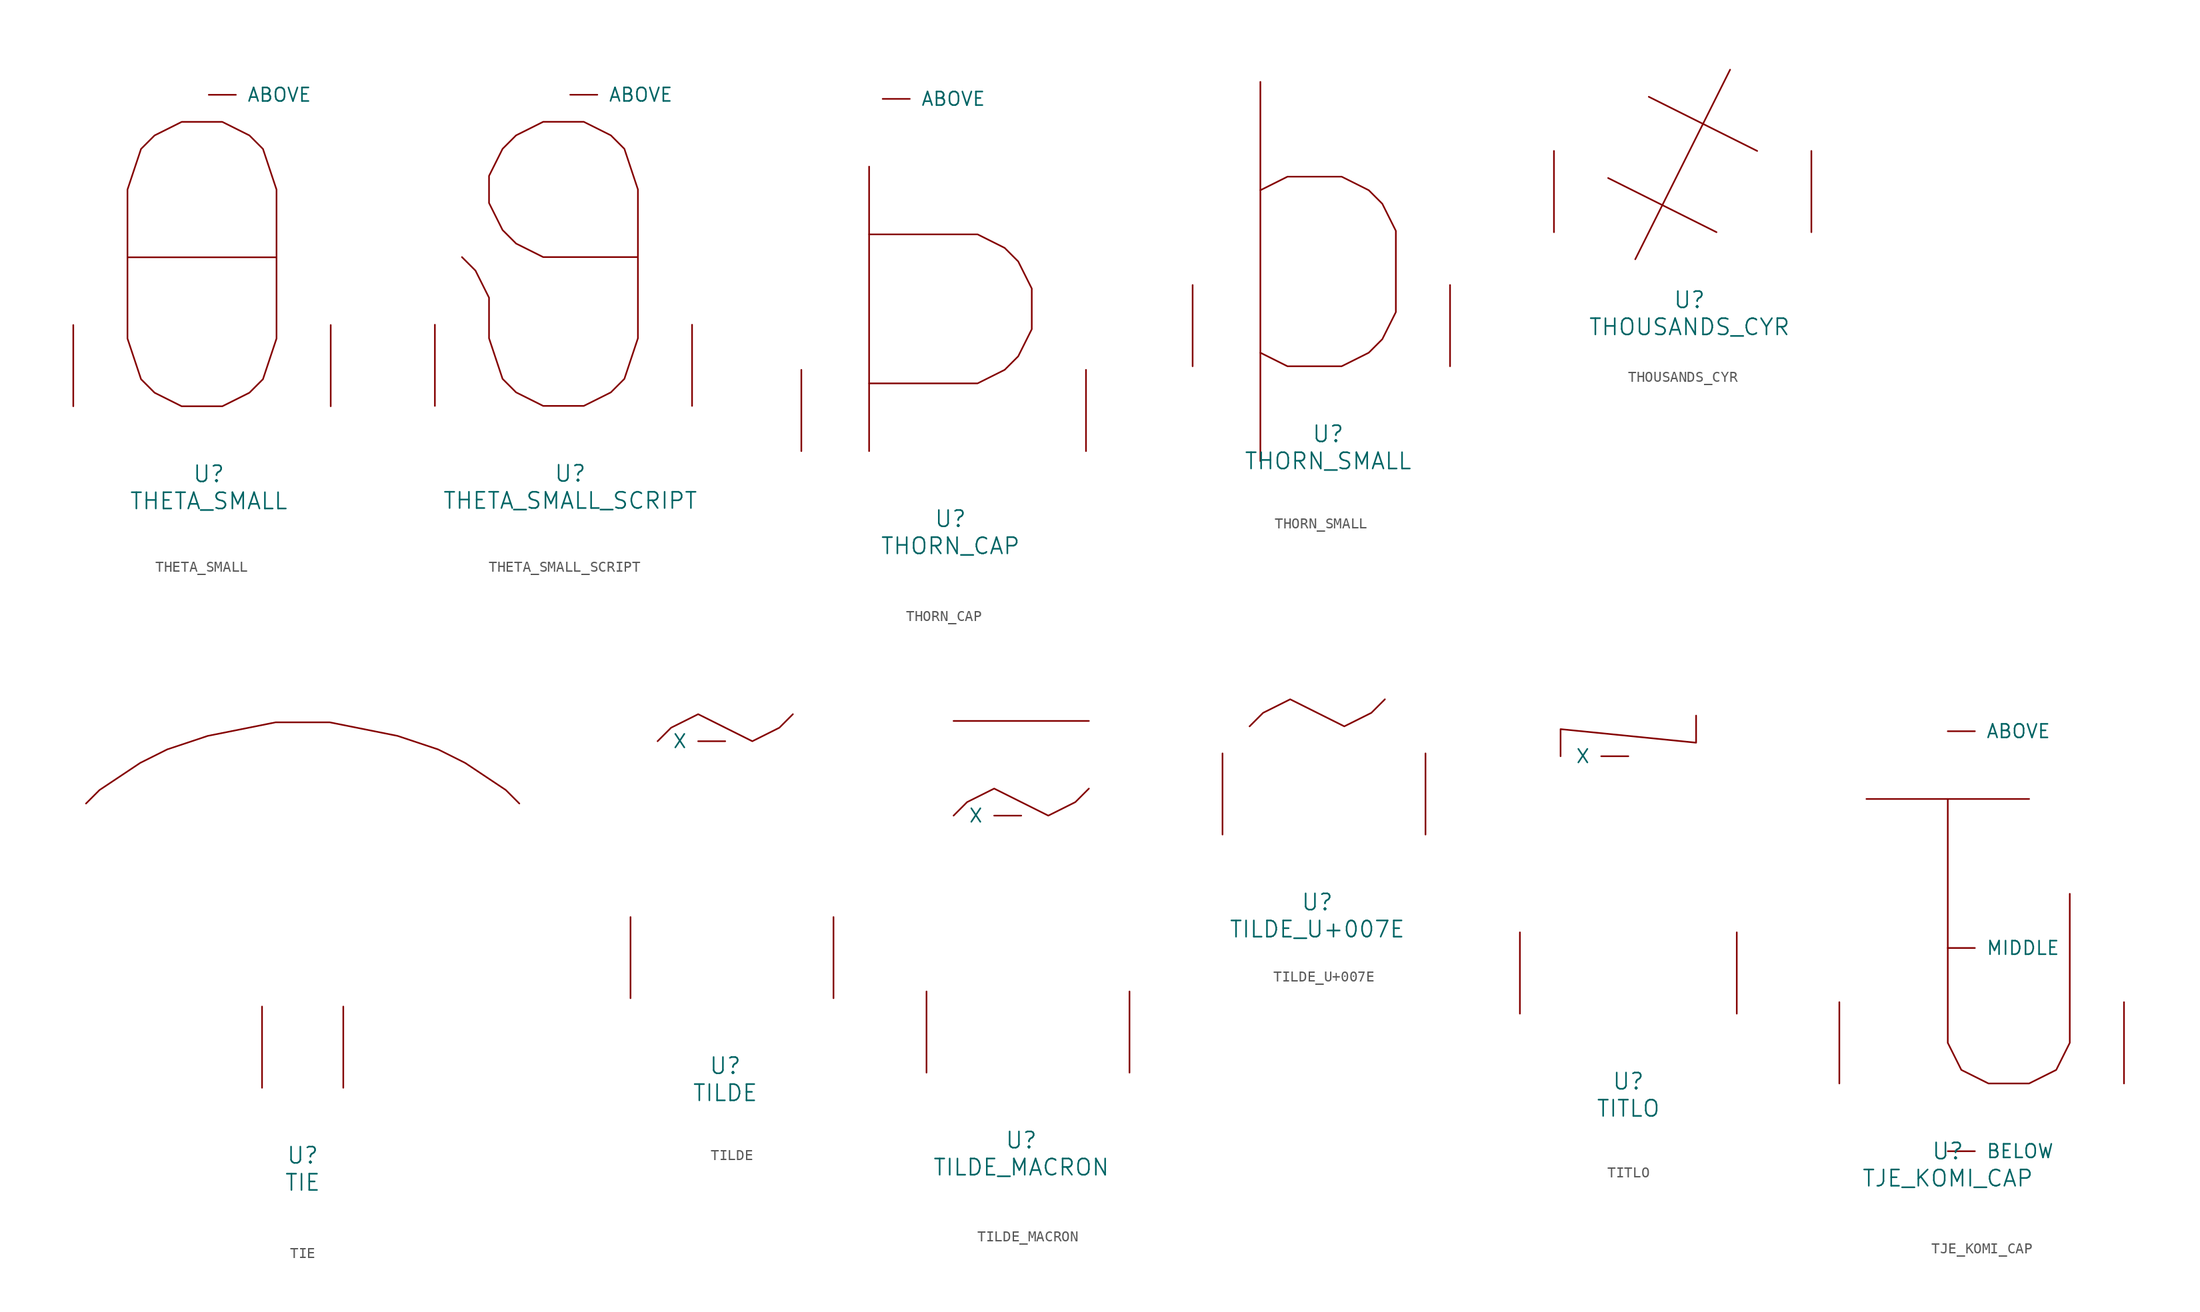
<source format=kicad_sym>
(kicad_symbol_lib
  (version 20220914)
  (generator font_lib2sym)
  (symbol "THETA_SMALL"
    (pin_names
      (offset 1.016))
    (property "Reference" "U"
      (at 0 -6.35 0)
      (effects (font (size 1.524 1.524))))
    (property "Value" "THETA_SMALL"
      (at 0 -8.89 0)
      (effects (font (size 1.524 1.524))))
    (symbol "THETA_SMALL_0_1"
      (polyline (pts (xy -7.62 13.97) (xy 6.35 13.97)) (stroke (width 0) (type solid)) (fill (type none)))
      (polyline (pts (xy -2.54 26.67) (xy 1.27 26.67) (xy 3.81 25.4) (xy 5.08 24.13) (xy 6.35 20.32) (xy 6.35 6.35) (xy 5.08 2.54) (xy 3.81 1.27) (xy 1.27 0) (xy -2.54 0) (xy -5.08 1.27) (xy -6.35 2.54) (xy -7.62 6.35) (xy -7.62 20.32) (xy -6.35 24.13) (xy -5.08 25.4) (xy -2.54 26.67)) (stroke (width 0) (type solid)) (fill (type none)))
      (pin input line (at 0 29.21 0) (length 2.54) (name "ABOVE" (effects (font (size 1.27 1.27)))) (number "~" (effects (font (size 1.27 1.27)))))
      (pin input line (at -12.7 0 90) (length 7.62) (name "~" (effects (font (size 1.27 1.27)))) (number "~" (effects (font (size 1.27 1.27)))))
      (pin input line (at 11.43 0 90) (length 7.62) (name "~" (effects (font (size 1.27 1.27)))) (number "~" (effects (font (size 1.27 1.27)))))))
  (symbol "THETA_SMALL_SCRIPT"
    (pin_names
      (offset 1.016))
    (property "Reference" "U"
      (at 0 -6.35 0)
      (effects (font (size 1.524 1.524))))
    (property "Value" "THETA_SMALL_SCRIPT"
      (at 0 -8.89 0)
      (effects (font (size 1.524 1.524))))
    (symbol "THETA_SMALL_SCRIPT_0_1"
      (polyline (pts (xy -10.16 13.97) (xy -8.89 12.7) (xy -7.62 10.16) (xy -7.62 6.35) (xy -6.35 2.54) (xy -5.08 1.27) (xy -2.54 0) (xy 1.27 0) (xy 3.81 1.27) (xy 5.08 2.54) (xy 6.35 6.35) (xy 6.35 20.32) (xy 5.08 24.13) (xy 3.81 25.4) (xy 1.27 26.67) (xy -2.54 26.67) (xy -5.08 25.4) (xy -6.35 24.13) (xy -7.62 21.59) (xy -7.62 19.05) (xy -6.35 16.51) (xy -5.08 15.24) (xy -2.54 13.97) (xy 6.35 13.97)) (stroke (width 0) (type solid)) (fill (type none)))
      (pin input line (at 0 29.21 0) (length 2.54) (name "ABOVE" (effects (font (size 1.27 1.27)))) (number "~" (effects (font (size 1.27 1.27)))))
      (pin input line (at -12.7 0 90) (length 7.62) (name "~" (effects (font (size 1.27 1.27)))) (number "~" (effects (font (size 1.27 1.27)))))
      (pin input line (at 11.43 0 90) (length 7.62) (name "~" (effects (font (size 1.27 1.27)))) (number "~" (effects (font (size 1.27 1.27)))))))
  (symbol "THORN_CAP"
    (pin_names
      (offset 1.016))
    (property "Reference" "U"
      (at 0 -6.35 0)
      (effects (font (size 1.524 1.524))))
    (property "Value" "THORN_CAP"
      (at 0 -8.89 0)
      (effects (font (size 1.524 1.524))))
    (symbol "THORN_CAP_0_1"
      (polyline (pts (xy -7.62 26.67) (xy -7.62 0)) (stroke (width 0) (type solid)) (fill (type none)))
      (polyline (pts (xy -7.62 20.32) (xy 2.54 20.32) (xy 5.08 19.05) (xy 6.35 17.78) (xy 7.62 15.24) (xy 7.62 11.43) (xy 6.35 8.89) (xy 5.08 7.62) (xy 2.54 6.35) (xy -7.62 6.35)) (stroke (width 0) (type solid)) (fill (type none)))
      (pin input line (at -6.35 33.02 0) (length 2.54) (name "ABOVE" (effects (font (size 1.27 1.27)))) (number "~" (effects (font (size 1.27 1.27)))))
      (pin input line (at -13.97 0 90) (length 7.62) (name "~" (effects (font (size 1.27 1.27)))) (number "~" (effects (font (size 1.27 1.27)))))
      (pin input line (at 12.7 0 90) (length 7.62) (name "~" (effects (font (size 1.27 1.27)))) (number "~" (effects (font (size 1.27 1.27)))))))
  (symbol "THORN_SMALL"
    (pin_names
      (offset 1.016))
    (property "Reference" "U"
      (at 0 -6.35 0)
      (effects (font (size 1.524 1.524))))
    (property "Value" "THORN_SMALL"
      (at 0 -8.89 0)
      (effects (font (size 1.524 1.524))))
    (symbol "THORN_SMALL_0_1"
      (polyline (pts (xy -6.35 26.67) (xy -6.35 -8.89)) (stroke (width 0) (type solid)) (fill (type none)))
      (polyline (pts (xy -6.35 16.51) (xy -3.81 17.78) (xy 1.27 17.78) (xy 3.81 16.51) (xy 5.08 15.24) (xy 6.35 12.7) (xy 6.35 5.08) (xy 5.08 2.54) (xy 3.81 1.27) (xy 1.27 0) (xy -3.81 0) (xy -6.35 1.27)) (stroke (width 0) (type solid)) (fill (type none)))
      (pin input line (at -12.7 0 90) (length 7.62) (name "~" (effects (font (size 1.27 1.27)))) (number "~" (effects (font (size 1.27 1.27)))))
      (pin input line (at 11.43 0 90) (length 7.62) (name "~" (effects (font (size 1.27 1.27)))) (number "~" (effects (font (size 1.27 1.27)))))))
  (symbol "THOUSANDS_CYR"
    (pin_names
      (offset 1.016))
    (property "Reference" "U"
      (at 0 -6.35 0)
      (effects (font (size 1.524 1.524))))
    (property "Value" "THOUSANDS_CYR"
      (at 0 -8.89 0)
      (effects (font (size 1.524 1.524))))
    (symbol "THOUSANDS_CYR_0_1"
      (polyline (pts (xy -5.08 -2.54) (xy 3.81 15.24)) (stroke (width 0) (type solid)) (fill (type none)))
      (polyline (pts (xy -3.81 12.7) (xy 6.35 7.62)) (stroke (width 0) (type solid)) (fill (type none)))
      (polyline (pts (xy 2.54 0) (xy -7.62 5.08)) (stroke (width 0) (type solid)) (fill (type none)))
      (pin input line (at -12.7 0 90) (length 7.62) (name "~" (effects (font (size 1.27 1.27)))) (number "~" (effects (font (size 1.27 1.27)))))
      (pin input line (at 11.43 0 90) (length 7.62) (name "~" (effects (font (size 1.27 1.27)))) (number "~" (effects (font (size 1.27 1.27)))))))
  (symbol "TIE"
    (pin_names
      (offset 1.016))
    (property "Reference" "U"
      (at 0 -6.35 0)
      (effects (font (size 1.524 1.524))))
    (property "Value" "TIE"
      (at 0 -8.89 0)
      (effects (font (size 1.524 1.524))))
    (symbol "TIE_0_1"
      (polyline (pts (xy -20.32 26.67) (xy -19.05 27.94) (xy -15.24 30.48) (xy -12.7 31.75) (xy -8.89 33.02) (xy -2.54 34.29) (xy 2.54 34.29) (xy 8.89 33.02) (xy 12.7 31.75) (xy 15.24 30.48) (xy 19.05 27.94) (xy 20.32 26.67)) (stroke (width 0) (type solid)) (fill (type none)))
      (pin input line (at -3.81 0 90) (length 7.62) (name "~" (effects (font (size 1.27 1.27)))) (number "~" (effects (font (size 1.27 1.27)))))
      (pin input line (at 3.81 0 90) (length 7.62) (name "~" (effects (font (size 1.27 1.27)))) (number "~" (effects (font (size 1.27 1.27)))))))
  (symbol "TILDE"
    (pin_names
      (offset 1.016))
    (property "Reference" "U"
      (at 0 -6.35 0)
      (effects (font (size 1.524 1.524))))
    (property "Value" "TILDE"
      (at 0 -8.89 0)
      (effects (font (size 1.524 1.524))))
    (symbol "TILDE_0_1"
      (polyline (pts (xy -6.35 24.13) (xy -5.08 25.4) (xy -2.54 26.67) (xy 2.54 24.13) (xy 5.08 25.4) (xy 6.35 26.67)) (stroke (width 0) (type solid)) (fill (type none)))
      (pin input line (at 0 24.13 180) (length 2.54) (name "X" (effects (font (size 1.27 1.27)))) (number "~" (effects (font (size 1.27 1.27)))))
      (pin input line (at -8.89 0 90) (length 7.62) (name "~" (effects (font (size 1.27 1.27)))) (number "~" (effects (font (size 1.27 1.27)))))
      (pin input line (at 10.16 0 90) (length 7.62) (name "~" (effects (font (size 1.27 1.27)))) (number "~" (effects (font (size 1.27 1.27)))))))
  (symbol "TILDE_MACRON"
    (pin_names
      (offset 1.016))
    (property "Reference" "U"
      (at 0 -6.35 0)
      (effects (font (size 1.524 1.524))))
    (property "Value" "TILDE_MACRON"
      (at 0 -8.89 0)
      (effects (font (size 1.524 1.524))))
    (symbol "TILDE_MACRON_0_1"
      (polyline (pts (xy -6.35 33.02) (xy 6.35 33.02)) (stroke (width 0) (type solid)) (fill (type none)))
      (polyline (pts (xy -6.35 24.13) (xy -5.08 25.4) (xy -2.54 26.67) (xy 2.54 24.13) (xy 5.08 25.4) (xy 6.35 26.67)) (stroke (width 0) (type solid)) (fill (type none)))
      (pin input line (at 0 24.13 180) (length 2.54) (name "X" (effects (font (size 1.27 1.27)))) (number "~" (effects (font (size 1.27 1.27)))))
      (pin input line (at -8.89 0 90) (length 7.62) (name "~" (effects (font (size 1.27 1.27)))) (number "~" (effects (font (size 1.27 1.27)))))
      (pin input line (at 10.16 0 90) (length 7.62) (name "~" (effects (font (size 1.27 1.27)))) (number "~" (effects (font (size 1.27 1.27)))))))
  (symbol "TILDE_U+007E"
    (pin_names
      (offset 1.016))
    (property "Reference" "U"
      (at 0 -6.35 0)
      (effects (font (size 1.524 1.524))))
    (property "Value" "TILDE_U+007E"
      (at 0 -8.89 0)
      (effects (font (size 1.524 1.524))))
    (symbol "TILDE_U+007E_0_1"
      (polyline (pts (xy -6.35 10.16) (xy -5.08 11.43) (xy -2.54 12.7) (xy 2.54 10.16) (xy 5.08 11.43) (xy 6.35 12.7)) (stroke (width 0) (type solid)) (fill (type none)))
      (pin input line (at -8.89 0 90) (length 7.62) (name "~" (effects (font (size 1.27 1.27)))) (number "~" (effects (font (size 1.27 1.27)))))
      (pin input line (at 10.16 0 90) (length 7.62) (name "~" (effects (font (size 1.27 1.27)))) (number "~" (effects (font (size 1.27 1.27)))))))
  (symbol "TITLO"
    (pin_names
      (offset 1.016))
    (property "Reference" "U"
      (at 0 -6.35 0)
      (effects (font (size 1.524 1.524))))
    (property "Value" "TITLO"
      (at 0 -8.89 0)
      (effects (font (size 1.524 1.524))))
    (symbol "TITLO_0_1"
      (polyline (pts (xy -6.35 24.13) (xy -6.35 26.67) (xy 6.35 25.4) (xy 6.35 27.94)) (stroke (width 0) (type solid)) (fill (type none)))
      (pin input line (at 0 24.13 180) (length 2.54) (name "X" (effects (font (size 1.27 1.27)))) (number "~" (effects (font (size 1.27 1.27)))))
      (pin input line (at -10.16 0 90) (length 7.62) (name "~" (effects (font (size 1.27 1.27)))) (number "~" (effects (font (size 1.27 1.27)))))
      (pin input line (at 10.16 0 90) (length 7.62) (name "~" (effects (font (size 1.27 1.27)))) (number "~" (effects (font (size 1.27 1.27)))))))
  (symbol "TJE_KOMI_CAP"
    (pin_names
      (offset 1.016))
    (property "Reference" "U"
      (at 0 -6.35 0)
      (effects (font (size 1.524 1.524))))
    (property "Value" "TJE_KOMI_CAP"
      (at 0 -8.89 0)
      (effects (font (size 1.524 1.524))))
    (symbol "TJE_KOMI_CAP_0_1"
      (polyline (pts (xy -7.62 26.67) (xy 7.62 26.67)) (stroke (width 0) (type solid)) (fill (type none)))
      (polyline (pts (xy 0 26.67) (xy 0 3.81) (xy 1.27 1.27) (xy 3.81 0) (xy 7.62 0) (xy 10.16 1.27) (xy 11.43 3.81) (xy 11.43 17.78)) (stroke (width 0) (type solid)) (fill (type none)))
      (pin input line (at 0 33.02 0) (length 2.54) (name "ABOVE" (effects (font (size 1.27 1.27)))) (number "~" (effects (font (size 1.27 1.27)))))
      (pin input line (at 0 -6.35 0) (length 2.54) (name "BELOW" (effects (font (size 1.27 1.27)))) (number "~" (effects (font (size 1.27 1.27)))))
      (pin input line (at 0 12.7 0) (length 2.54) (name "MIDDLE" (effects (font (size 1.27 1.27)))) (number "~" (effects (font (size 1.27 1.27)))))
      (pin input line (at -10.16 0 90) (length 7.62) (name "~" (effects (font (size 1.27 1.27)))) (number "~" (effects (font (size 1.27 1.27)))))
      (pin input line (at 16.51 0 90) (length 7.62) (name "~" (effects (font (size 1.27 1.27)))) (number "~" (effects (font (size 1.27 1.27))))))))
</source>
